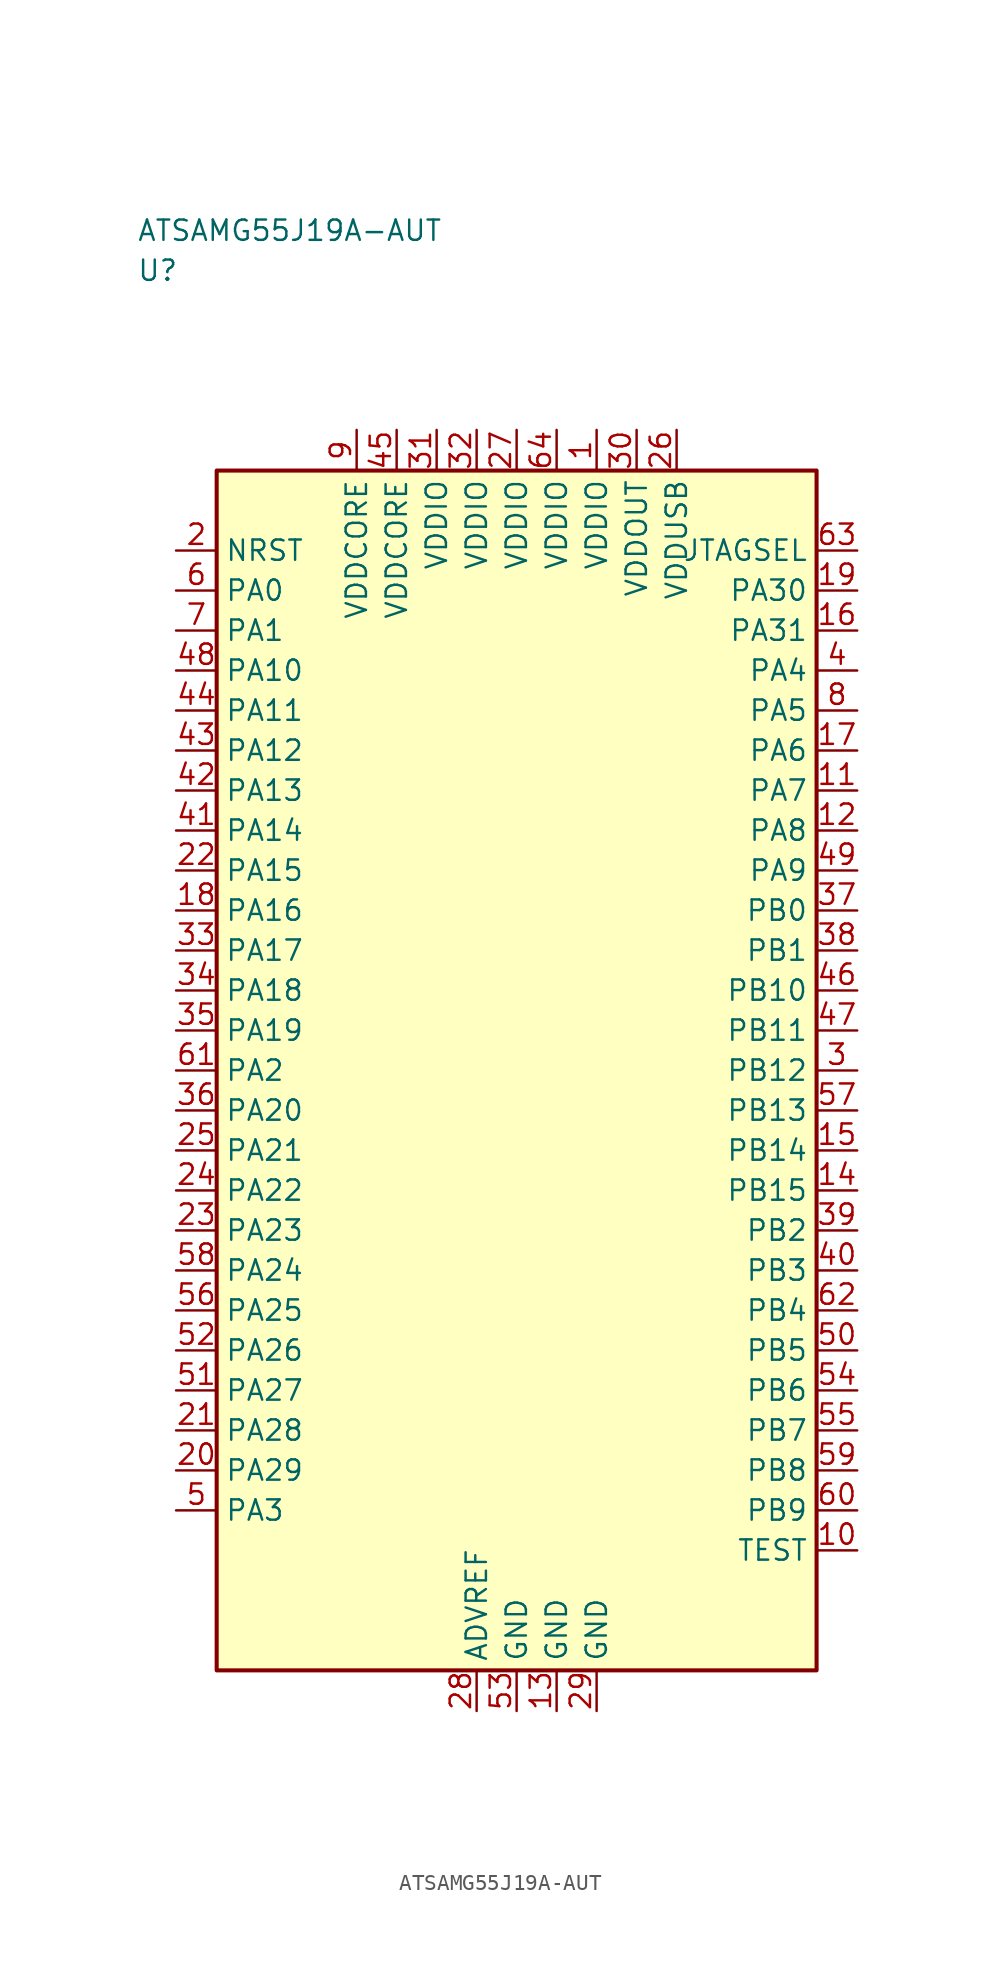
<source format=kicad_sym>
(kicad_symbol_lib
  (version 20241025)
  (generator "kicad_symbol_editor")
  (generator_version "8.0")
  (symbol "ATSAMG55J19A-AUT"
    (property "Reference" "U"
      (at -23.75 50.0 0)
      (effects (font (size 1.27 1.27)) (justify left)))
    (property "Value" "ATSAMG55J19A-AUT"
      (at -23.75 52.5 0)
      (effects (font (size 1.27 1.27)) (justify left)))
    (symbol "ATSAMG55J19A-AUT_0_1"
      (rectangle (start -18.75 37.5) (end 18.75 -37.5) (stroke (width 0.254) (type default)) (fill (type background))))
    (symbol "ATSAMG55J19A-AUT_1_1"
      (pin bidirectional line (at -21.29 30.0 0.0) (length 2.54) (name "PA0" (effects (font (size 1.27 1.27)))) (number "6" (effects (font (size 1.27 1.27)))))
      (pin bidirectional line (at -21.29 27.5 0.0) (length 2.54) (name "PA1" (effects (font (size 1.27 1.27)))) (number "7" (effects (font (size 1.27 1.27)))))
      (pin bidirectional line (at -21.29 0.0 0.0) (length 2.54) (name "PA2" (effects (font (size 1.27 1.27)))) (number "61" (effects (font (size 1.27 1.27)))))
      (pin bidirectional line (at -21.29 -27.5 0.0) (length 2.54) (name "PA3" (effects (font (size 1.27 1.27)))) (number "5" (effects (font (size 1.27 1.27)))))
      (pin bidirectional line (at 21.29 25.0 180.0) (length 2.54) (name "PA4" (effects (font (size 1.27 1.27)))) (number "4" (effects (font (size 1.27 1.27)))))
      (pin bidirectional line (at 21.29 22.5 180.0) (length 2.54) (name "PA5" (effects (font (size 1.27 1.27)))) (number "8" (effects (font (size 1.27 1.27)))))
      (pin bidirectional line (at 21.29 20.0 180.0) (length 2.54) (name "PA6" (effects (font (size 1.27 1.27)))) (number "17" (effects (font (size 1.27 1.27)))))
      (pin bidirectional line (at 21.29 17.5 180.0) (length 2.54) (name "PA7" (effects (font (size 1.27 1.27)))) (number "11" (effects (font (size 1.27 1.27)))))
      (pin bidirectional line (at 21.29 15.0 180.0) (length 2.54) (name "PA8" (effects (font (size 1.27 1.27)))) (number "12" (effects (font (size 1.27 1.27)))))
      (pin bidirectional line (at 21.29 12.5 180.0) (length 2.54) (name "PA9" (effects (font (size 1.27 1.27)))) (number "49" (effects (font (size 1.27 1.27)))))
      (pin bidirectional line (at -21.29 25.0 0.0) (length 2.54) (name "PA10" (effects (font (size 1.27 1.27)))) (number "48" (effects (font (size 1.27 1.27)))))
      (pin bidirectional line (at -21.29 22.5 0.0) (length 2.54) (name "PA11" (effects (font (size 1.27 1.27)))) (number "44" (effects (font (size 1.27 1.27)))))
      (pin bidirectional line (at -21.29 20.0 0.0) (length 2.54) (name "PA12" (effects (font (size 1.27 1.27)))) (number "43" (effects (font (size 1.27 1.27)))))
      (pin bidirectional line (at -21.29 17.5 0.0) (length 2.54) (name "PA13" (effects (font (size 1.27 1.27)))) (number "42" (effects (font (size 1.27 1.27)))))
      (pin bidirectional line (at -21.29 15.0 0.0) (length 2.54) (name "PA14" (effects (font (size 1.27 1.27)))) (number "41" (effects (font (size 1.27 1.27)))))
      (pin bidirectional line (at -21.29 12.5 0.0) (length 2.54) (name "PA15" (effects (font (size 1.27 1.27)))) (number "22" (effects (font (size 1.27 1.27)))))
      (pin bidirectional line (at -21.29 10.0 0.0) (length 2.54) (name "PA16" (effects (font (size 1.27 1.27)))) (number "18" (effects (font (size 1.27 1.27)))))
      (pin bidirectional line (at -21.29 7.5 0.0) (length 2.54) (name "PA17" (effects (font (size 1.27 1.27)))) (number "33" (effects (font (size 1.27 1.27)))))
      (pin bidirectional line (at -21.29 5.0 0.0) (length 2.54) (name "PA18" (effects (font (size 1.27 1.27)))) (number "34" (effects (font (size 1.27 1.27)))))
      (pin bidirectional line (at -21.29 2.5 0.0) (length 2.54) (name "PA19" (effects (font (size 1.27 1.27)))) (number "35" (effects (font (size 1.27 1.27)))))
      (pin bidirectional line (at -21.29 -2.5 0.0) (length 2.54) (name "PA20" (effects (font (size 1.27 1.27)))) (number "36" (effects (font (size 1.27 1.27)))))
      (pin bidirectional line (at -21.29 -5.0 0.0) (length 2.54) (name "PA21" (effects (font (size 1.27 1.27)))) (number "25" (effects (font (size 1.27 1.27)))))
      (pin bidirectional line (at -21.29 -7.5 0.0) (length 2.54) (name "PA22" (effects (font (size 1.27 1.27)))) (number "24" (effects (font (size 1.27 1.27)))))
      (pin bidirectional line (at -21.29 -10.0 0.0) (length 2.54) (name "PA23" (effects (font (size 1.27 1.27)))) (number "23" (effects (font (size 1.27 1.27)))))
      (pin bidirectional line (at -21.29 -12.5 0.0) (length 2.54) (name "PA24" (effects (font (size 1.27 1.27)))) (number "58" (effects (font (size 1.27 1.27)))))
      (pin bidirectional line (at -21.29 -15.0 0.0) (length 2.54) (name "PA25" (effects (font (size 1.27 1.27)))) (number "56" (effects (font (size 1.27 1.27)))))
      (pin bidirectional line (at -21.29 -17.5 0.0) (length 2.54) (name "PA26" (effects (font (size 1.27 1.27)))) (number "52" (effects (font (size 1.27 1.27)))))
      (pin bidirectional line (at -21.29 -20.0 0.0) (length 2.54) (name "PA27" (effects (font (size 1.27 1.27)))) (number "51" (effects (font (size 1.27 1.27)))))
      (pin bidirectional line (at -21.29 -22.5 0.0) (length 2.54) (name "PA28" (effects (font (size 1.27 1.27)))) (number "21" (effects (font (size 1.27 1.27)))))
      (pin bidirectional line (at -21.29 -25.0 0.0) (length 2.54) (name "PA29" (effects (font (size 1.27 1.27)))) (number "20" (effects (font (size 1.27 1.27)))))
      (pin bidirectional line (at 21.29 30.0 180.0) (length 2.54) (name "PA30" (effects (font (size 1.27 1.27)))) (number "19" (effects (font (size 1.27 1.27)))))
      (pin bidirectional line (at 21.29 27.5 180.0) (length 2.54) (name "PA31" (effects (font (size 1.27 1.27)))) (number "16" (effects (font (size 1.27 1.27)))))
      (pin bidirectional line (at 21.29 10.0 180.0) (length 2.54) (name "PB0" (effects (font (size 1.27 1.27)))) (number "37" (effects (font (size 1.27 1.27)))))
      (pin bidirectional line (at 21.29 7.5 180.0) (length 2.54) (name "PB1" (effects (font (size 1.27 1.27)))) (number "38" (effects (font (size 1.27 1.27)))))
      (pin bidirectional line (at 21.29 -10.0 180.0) (length 2.54) (name "PB2" (effects (font (size 1.27 1.27)))) (number "39" (effects (font (size 1.27 1.27)))))
      (pin bidirectional line (at 21.29 -12.5 180.0) (length 2.54) (name "PB3" (effects (font (size 1.27 1.27)))) (number "40" (effects (font (size 1.27 1.27)))))
      (pin bidirectional line (at 21.29 -15.0 180.0) (length 2.54) (name "PB4" (effects (font (size 1.27 1.27)))) (number "62" (effects (font (size 1.27 1.27)))))
      (pin bidirectional line (at 21.29 -17.5 180.0) (length 2.54) (name "PB5" (effects (font (size 1.27 1.27)))) (number "50" (effects (font (size 1.27 1.27)))))
      (pin bidirectional line (at 21.29 -20.0 180.0) (length 2.54) (name "PB6" (effects (font (size 1.27 1.27)))) (number "54" (effects (font (size 1.27 1.27)))))
      (pin bidirectional line (at 21.29 -22.5 180.0) (length 2.54) (name "PB7" (effects (font (size 1.27 1.27)))) (number "55" (effects (font (size 1.27 1.27)))))
      (pin bidirectional line (at 21.29 -25.0 180.0) (length 2.54) (name "PB8" (effects (font (size 1.27 1.27)))) (number "59" (effects (font (size 1.27 1.27)))))
      (pin bidirectional line (at 21.29 -27.5 180.0) (length 2.54) (name "PB9" (effects (font (size 1.27 1.27)))) (number "60" (effects (font (size 1.27 1.27)))))
      (pin bidirectional line (at 21.29 5.0 180.0) (length 2.54) (name "PB10" (effects (font (size 1.27 1.27)))) (number "46" (effects (font (size 1.27 1.27)))))
      (pin bidirectional line (at 21.29 2.5 180.0) (length 2.54) (name "PB11" (effects (font (size 1.27 1.27)))) (number "47" (effects (font (size 1.27 1.27)))))
      (pin bidirectional line (at 21.29 0.0 180.0) (length 2.54) (name "PB12" (effects (font (size 1.27 1.27)))) (number "3" (effects (font (size 1.27 1.27)))))
      (pin bidirectional line (at 21.29 -2.5 180.0) (length 2.54) (name "PB13" (effects (font (size 1.27 1.27)))) (number "57" (effects (font (size 1.27 1.27)))))
      (pin bidirectional line (at 21.29 -5.0 180.0) (length 2.54) (name "PB14" (effects (font (size 1.27 1.27)))) (number "15" (effects (font (size 1.27 1.27)))))
      (pin bidirectional line (at 21.29 -7.5 180.0) (length 2.54) (name "PB15" (effects (font (size 1.27 1.27)))) (number "14" (effects (font (size 1.27 1.27)))))
      (pin passive line (at -2.5 -40.04 90.0) (length 2.54) (name "ADVREF" (effects (font (size 1.27 1.27)))) (number "28" (effects (font (size 1.27 1.27)))))
      (pin power_in line (at 7.5 40.04 270.0) (length 2.54) (name "VDDOUT" (effects (font (size 1.27 1.27)))) (number "30" (effects (font (size 1.27 1.27)))))
      (pin input line (at -21.29 32.5 0.0) (length 2.54) (name "NRST" (effects (font (size 1.27 1.27)))) (number "2" (effects (font (size 1.27 1.27)))))
      (pin bidirectional line (at 21.29 -30.0 180.0) (length 2.54) (name "TEST" (effects (font (size 1.27 1.27)))) (number "10" (effects (font (size 1.27 1.27)))))
      (pin power_in line (at -5.0 40.04 270.0) (length 2.54) (name "VDDIO" (effects (font (size 1.27 1.27)))) (number "31" (effects (font (size 1.27 1.27)))))
      (pin power_in line (at -2.5 40.04 270.0) (length 2.54) (name "VDDIO" (effects (font (size 1.27 1.27)))) (number "32" (effects (font (size 1.27 1.27)))))
      (pin power_in line (at 0.0 40.04 270.0) (length 2.54) (name "VDDIO" (effects (font (size 1.27 1.27)))) (number "27" (effects (font (size 1.27 1.27)))))
      (pin power_in line (at 2.5 40.04 270.0) (length 2.54) (name "VDDIO" (effects (font (size 1.27 1.27)))) (number "64" (effects (font (size 1.27 1.27)))))
      (pin power_in line (at 5.0 40.04 270.0) (length 2.54) (name "VDDIO" (effects (font (size 1.27 1.27)))) (number "1" (effects (font (size 1.27 1.27)))))
      (pin power_in line (at 10.0 40.04 270.0) (length 2.54) (name "VDDUSB" (effects (font (size 1.27 1.27)))) (number "26" (effects (font (size 1.27 1.27)))))
      (pin output line (at 21.29 32.5 180.0) (length 2.54) (name "JTAGSEL" (effects (font (size 1.27 1.27)))) (number "63" (effects (font (size 1.27 1.27)))))
      (pin power_in line (at -10.0 40.04 270.0) (length 2.54) (name "VDDCORE" (effects (font (size 1.27 1.27)))) (number "9" (effects (font (size 1.27 1.27)))))
      (pin power_in line (at -7.5 40.04 270.0) (length 2.54) (name "VDDCORE" (effects (font (size 1.27 1.27)))) (number "45" (effects (font (size 1.27 1.27)))))
      (pin passive line (at 0.0 -40.04 90.0) (length 2.54) (name "GND" (effects (font (size 1.27 1.27)))) (number "53" (effects (font (size 1.27 1.27)))))
      (pin passive line (at 2.5 -40.04 90.0) (length 2.54) (name "GND" (effects (font (size 1.27 1.27)))) (number "13" (effects (font (size 1.27 1.27)))))
      (pin passive line (at 5.0 -40.04 90.0) (length 2.54) (name "GND" (effects (font (size 1.27 1.27)))) (number "29" (effects (font (size 1.27 1.27))))))))
</source>
